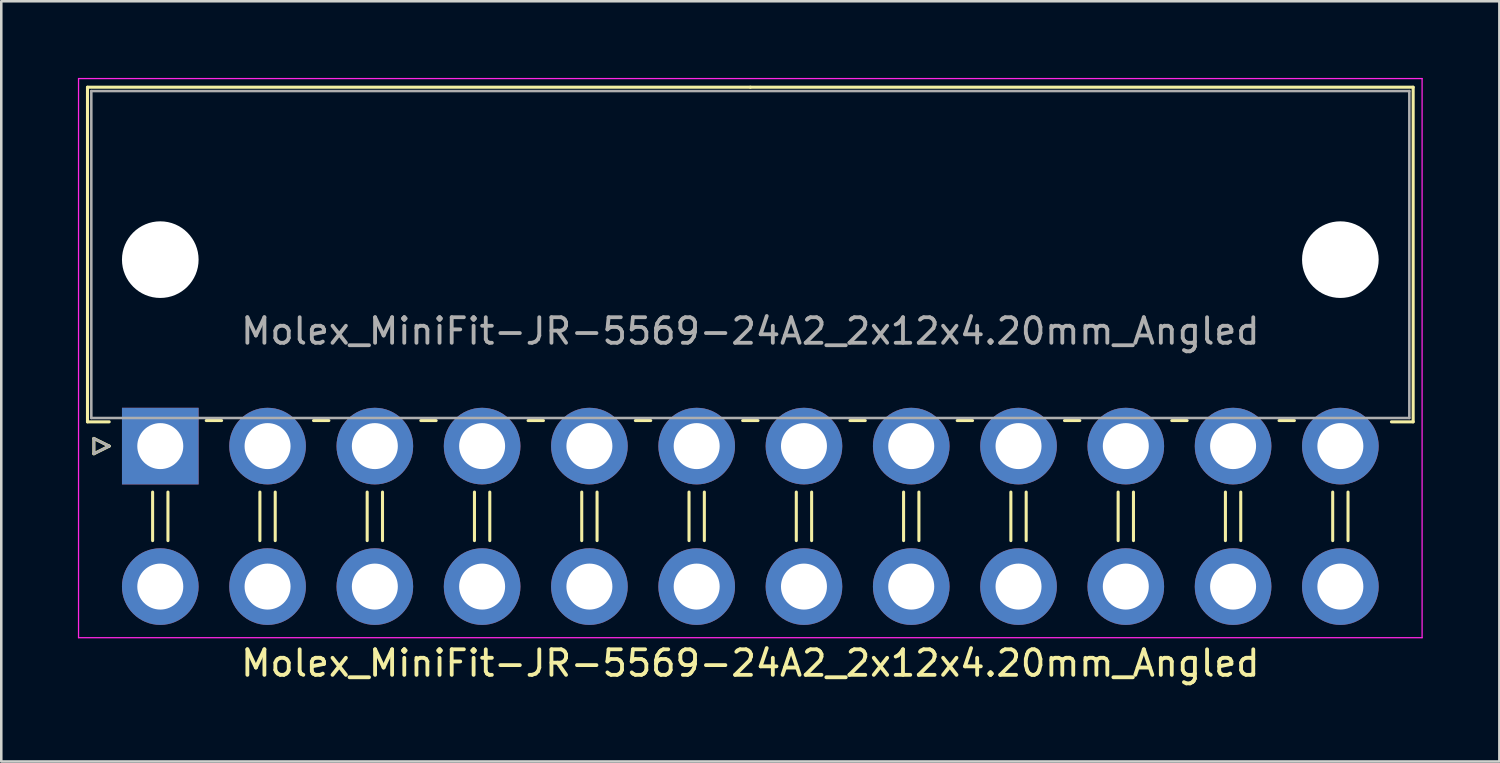
<source format=kicad_pcb>
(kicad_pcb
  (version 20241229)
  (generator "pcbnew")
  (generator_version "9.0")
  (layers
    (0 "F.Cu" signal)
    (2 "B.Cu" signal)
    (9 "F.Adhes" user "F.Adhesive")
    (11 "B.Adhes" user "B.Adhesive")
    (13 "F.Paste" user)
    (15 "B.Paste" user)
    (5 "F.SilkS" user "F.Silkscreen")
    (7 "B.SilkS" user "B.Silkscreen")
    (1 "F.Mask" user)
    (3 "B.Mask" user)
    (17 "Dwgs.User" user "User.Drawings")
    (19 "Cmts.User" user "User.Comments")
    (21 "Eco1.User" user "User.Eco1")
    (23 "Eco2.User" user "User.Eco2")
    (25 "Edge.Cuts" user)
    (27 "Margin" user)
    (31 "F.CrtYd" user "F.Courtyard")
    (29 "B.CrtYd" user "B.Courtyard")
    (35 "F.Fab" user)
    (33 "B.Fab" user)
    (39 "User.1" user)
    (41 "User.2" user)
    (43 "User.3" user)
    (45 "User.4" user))
  (footprint "Molex_MiniFit-JR-5569-24A2_2x12x4.20mm_Angled"
    (layer "F.Cu")
    (at 3.225 14.415)
    (property "Reference" "Molex_MiniFit-JR-5569-24A2_2x12x4.20mm_Angled" (at 23.1 8.5 0) (layer "F.SilkS") (effects (font (size 1 1) (thickness 0.15))))
    (attr through_hole)
    (fp_line (start -2.85 -14.05) (end 23.1 -14.05) (stroke (width 0.12) (type solid)) (layer "F.SilkS"))
    (fp_line (start -2.85 -0.95) (end -2.85 -14.05) (stroke (width 0.12) (type solid)) (layer "F.SilkS"))
    (fp_line (start -2.6 -0.3) (end -2 0) (stroke (width 0.12) (type solid)) (layer "F.SilkS"))
    (fp_line (start -2.6 0.3) (end -2.6 -0.3) (stroke (width 0.12) (type solid)) (layer "F.SilkS"))
    (fp_line (start -2 -0.95) (end -2.85 -0.95) (stroke (width 0.12) (type solid)) (layer "F.SilkS"))
    (fp_line (start -2 0) (end -2.6 0.3) (stroke (width 0.12) (type solid)) (layer "F.SilkS"))
    (fp_line (start -0.3 1.8) (end -0.3 3.7) (stroke (width 0.12) (type solid)) (layer "F.SilkS"))
    (fp_line (start 0.3 1.8) (end 0.3 3.7) (stroke (width 0.12) (type solid)) (layer "F.SilkS"))
    (fp_line (start 1.8 -1) (end 2.4 -1) (stroke (width 0.12) (type solid)) (layer "F.SilkS"))
    (fp_line (start 3.9 1.8) (end 3.9 3.7) (stroke (width 0.12) (type solid)) (layer "F.SilkS"))
    (fp_line (start 4.5 1.8) (end 4.5 3.7) (stroke (width 0.12) (type solid)) (layer "F.SilkS"))
    (fp_line (start 6 -1) (end 6.6 -1) (stroke (width 0.12) (type solid)) (layer "F.SilkS"))
    (fp_line (start 8.1 1.8) (end 8.1 3.7) (stroke (width 0.12) (type solid)) (layer "F.SilkS"))
    (fp_line (start 8.7 1.8) (end 8.7 3.7) (stroke (width 0.12) (type solid)) (layer "F.SilkS"))
    (fp_line (start 10.2 -1) (end 10.8 -1) (stroke (width 0.12) (type solid)) (layer "F.SilkS"))
    (fp_line (start 12.3 1.8) (end 12.3 3.7) (stroke (width 0.12) (type solid)) (layer "F.SilkS"))
    (fp_line (start 12.9 1.8) (end 12.9 3.7) (stroke (width 0.12) (type solid)) (layer "F.SilkS"))
    (fp_line (start 14.4 -1) (end 15 -1) (stroke (width 0.12) (type solid)) (layer "F.SilkS"))
    (fp_line (start 16.5 1.8) (end 16.5 3.7) (stroke (width 0.12) (type solid)) (layer "F.SilkS"))
    (fp_line (start 17.1 1.8) (end 17.1 3.7) (stroke (width 0.12) (type solid)) (layer "F.SilkS"))
    (fp_line (start 18.6 -1) (end 19.2 -1) (stroke (width 0.12) (type solid)) (layer "F.SilkS"))
    (fp_line (start 20.7 1.8) (end 20.7 3.7) (stroke (width 0.12) (type solid)) (layer "F.SilkS"))
    (fp_line (start 21.3 1.8) (end 21.3 3.7) (stroke (width 0.12) (type solid)) (layer "F.SilkS"))
    (fp_line (start 22.8 -1) (end 23.4 -1) (stroke (width 0.12) (type solid)) (layer "F.SilkS"))
    (fp_line (start 24.9 1.8) (end 24.9 3.7) (stroke (width 0.12) (type solid)) (layer "F.SilkS"))
    (fp_line (start 25.5 1.8) (end 25.5 3.7) (stroke (width 0.12) (type solid)) (layer "F.SilkS"))
    (fp_line (start 27 -1) (end 27.6 -1) (stroke (width 0.12) (type solid)) (layer "F.SilkS"))
    (fp_line (start 29.1 1.8) (end 29.1 3.7) (stroke (width 0.12) (type solid)) (layer "F.SilkS"))
    (fp_line (start 29.7 1.8) (end 29.7 3.7) (stroke (width 0.12) (type solid)) (layer "F.SilkS"))
    (fp_line (start 31.2 -1) (end 31.8 -1) (stroke (width 0.12) (type solid)) (layer "F.SilkS"))
    (fp_line (start 33.3 1.8) (end 33.3 3.7) (stroke (width 0.12) (type solid)) (layer "F.SilkS"))
    (fp_line (start 33.9 1.8) (end 33.9 3.7) (stroke (width 0.12) (type solid)) (layer "F.SilkS"))
    (fp_line (start 35.4 -1) (end 36 -1) (stroke (width 0.12) (type solid)) (layer "F.SilkS"))
    (fp_line (start 37.5 1.8) (end 37.5 3.7) (stroke (width 0.12) (type solid)) (layer "F.SilkS"))
    (fp_line (start 38.1 1.8) (end 38.1 3.7) (stroke (width 0.12) (type solid)) (layer "F.SilkS"))
    (fp_line (start 39.6 -1) (end 40.2 -1) (stroke (width 0.12) (type solid)) (layer "F.SilkS"))
    (fp_line (start 41.7 1.8) (end 41.7 3.7) (stroke (width 0.12) (type solid)) (layer "F.SilkS"))
    (fp_line (start 42.3 1.8) (end 42.3 3.7) (stroke (width 0.12) (type solid)) (layer "F.SilkS"))
    (fp_line (start 43.8 -1) (end 44.4 -1) (stroke (width 0.12) (type solid)) (layer "F.SilkS"))
    (fp_line (start 45.9 1.8) (end 45.9 3.7) (stroke (width 0.12) (type solid)) (layer "F.SilkS"))
    (fp_line (start 46.5 1.8) (end 46.5 3.7) (stroke (width 0.12) (type solid)) (layer "F.SilkS"))
    (fp_line (start 48.2 -0.95) (end 49.05 -0.95) (stroke (width 0.12) (type solid)) (layer "F.SilkS"))
    (fp_line (start 49.05 -14.05) (end 23.1 -14.05) (stroke (width 0.12) (type solid)) (layer "F.SilkS"))
    (fp_line (start 49.05 -0.95) (end 49.05 -14.05) (stroke (width 0.12) (type solid)) (layer "F.SilkS"))
    (fp_line (start -3.2 -14.39) (end -3.2 7.5) (stroke (width 0.05) (type solid)) (layer "F.CrtYd"))
    (fp_line (start -3.2 7.5) (end 49.4 7.5) (stroke (width 0.05) (type solid)) (layer "F.CrtYd"))
    (fp_line (start 49.4 -14.39) (end -3.2 -14.39) (stroke (width 0.05) (type solid)) (layer "F.CrtYd"))
    (fp_line (start 49.4 7.5) (end 49.4 -14.39) (stroke (width 0.05) (type solid)) (layer "F.CrtYd"))
    (fp_line (start -2.7 -13.9) (end -2.7 -1.1) (stroke (width 0.1) (type solid)) (layer "F.Fab"))
    (fp_line (start -2.7 -1.1) (end 48.9 -1.1) (stroke (width 0.1) (type solid)) (layer "F.Fab"))
    (fp_line (start -2.6 -0.3) (end -2 0) (stroke (width 0.1) (type solid)) (layer "F.Fab"))
    (fp_line (start -2.6 0.3) (end -2.6 -0.3) (stroke (width 0.1) (type solid)) (layer "F.Fab"))
    (fp_line (start -2 0) (end -2.6 0.3) (stroke (width 0.1) (type solid)) (layer "F.Fab"))
    (fp_line (start 48.9 -13.9) (end -2.7 -13.9) (stroke (width 0.1) (type solid)) (layer "F.Fab"))
    (fp_line (start 48.9 -1.1) (end 48.9 -13.9) (stroke (width 0.1) (type solid)) (layer "F.Fab"))
    (fp_text user "${REFERENCE}" (at 23.1 -4.5 0) (layer "F.Fab") (effects (font (size 1 1) (thickness 0.15))))
    (pad "" np_thru_hole circle (at 0 -7.3) (size 3 3) (drill 3) (layers "*.Cu" "*.Mask"))
    (pad "" np_thru_hole circle (at 46.2 -7.3) (size 3 3) (drill 3) (layers "*.Cu" "*.Mask"))
    (pad "1" thru_hole rect (at 0 0) (size 3 3) (drill 1.8) (layers "*.Cu" "*.Mask"))
    (pad "2" thru_hole circle (at 4.2 0) (size 3 3) (drill 1.8) (layers "*.Cu" "*.Mask"))
    (pad "3" thru_hole circle (at 8.4 0) (size 3 3) (drill 1.8) (layers "*.Cu" "*.Mask"))
    (pad "4" thru_hole circle (at 12.6 0) (size 3 3) (drill 1.8) (layers "*.Cu" "*.Mask"))
    (pad "5" thru_hole circle (at 16.8 0) (size 3 3) (drill 1.8) (layers "*.Cu" "*.Mask"))
    (pad "6" thru_hole circle (at 21 0) (size 3 3) (drill 1.8) (layers "*.Cu" "*.Mask"))
    (pad "7" thru_hole circle (at 25.2 0) (size 3 3) (drill 1.8) (layers "*.Cu" "*.Mask"))
    (pad "8" thru_hole circle (at 29.4 0) (size 3 3) (drill 1.8) (layers "*.Cu" "*.Mask"))
    (pad "9" thru_hole circle (at 33.6 0) (size 3 3) (drill 1.8) (layers "*.Cu" "*.Mask"))
    (pad "10" thru_hole circle (at 37.8 0) (size 3 3) (drill 1.8) (layers "*.Cu" "*.Mask"))
    (pad "11" thru_hole circle (at 42 0) (size 3 3) (drill 1.8) (layers "*.Cu" "*.Mask"))
    (pad "12" thru_hole circle (at 46.2 0) (size 3 3) (drill 1.8) (layers "*.Cu" "*.Mask"))
    (pad "13" thru_hole circle (at 0 5.5) (size 3 3) (drill 1.8) (layers "*.Cu" "*.Mask"))
    (pad "14" thru_hole circle (at 4.2 5.5) (size 3 3) (drill 1.8) (layers "*.Cu" "*.Mask"))
    (pad "15" thru_hole circle (at 8.4 5.5) (size 3 3) (drill 1.8) (layers "*.Cu" "*.Mask"))
    (pad "16" thru_hole circle (at 12.6 5.5) (size 3 3) (drill 1.8) (layers "*.Cu" "*.Mask"))
    (pad "17" thru_hole circle (at 16.8 5.5) (size 3 3) (drill 1.8) (layers "*.Cu" "*.Mask"))
    (pad "18" thru_hole circle (at 21 5.5) (size 3 3) (drill 1.8) (layers "*.Cu" "*.Mask"))
    (pad "19" thru_hole circle (at 25.2 5.5) (size 3 3) (drill 1.8) (layers "*.Cu" "*.Mask"))
    (pad "20" thru_hole circle (at 29.4 5.5) (size 3 3) (drill 1.8) (layers "*.Cu" "*.Mask"))
    (pad "21" thru_hole circle (at 33.6 5.5) (size 3 3) (drill 1.8) (layers "*.Cu" "*.Mask"))
    (pad "22" thru_hole circle (at 37.8 5.5) (size 3 3) (drill 1.8) (layers "*.Cu" "*.Mask"))
    (pad "23" thru_hole circle (at 42 5.5) (size 3 3) (drill 1.8) (layers "*.Cu" "*.Mask"))
    (pad "24" thru_hole circle (at 46.2 5.5) (size 3 3) (drill 1.8) (layers "*.Cu" "*.Mask")))
  (gr_rect
    (start -3 -3)
    (end 55.65 26.763)
    (stroke (width 0.1) (type default))
    (fill no)
    (layer "Edge.Cuts")))
</source>
